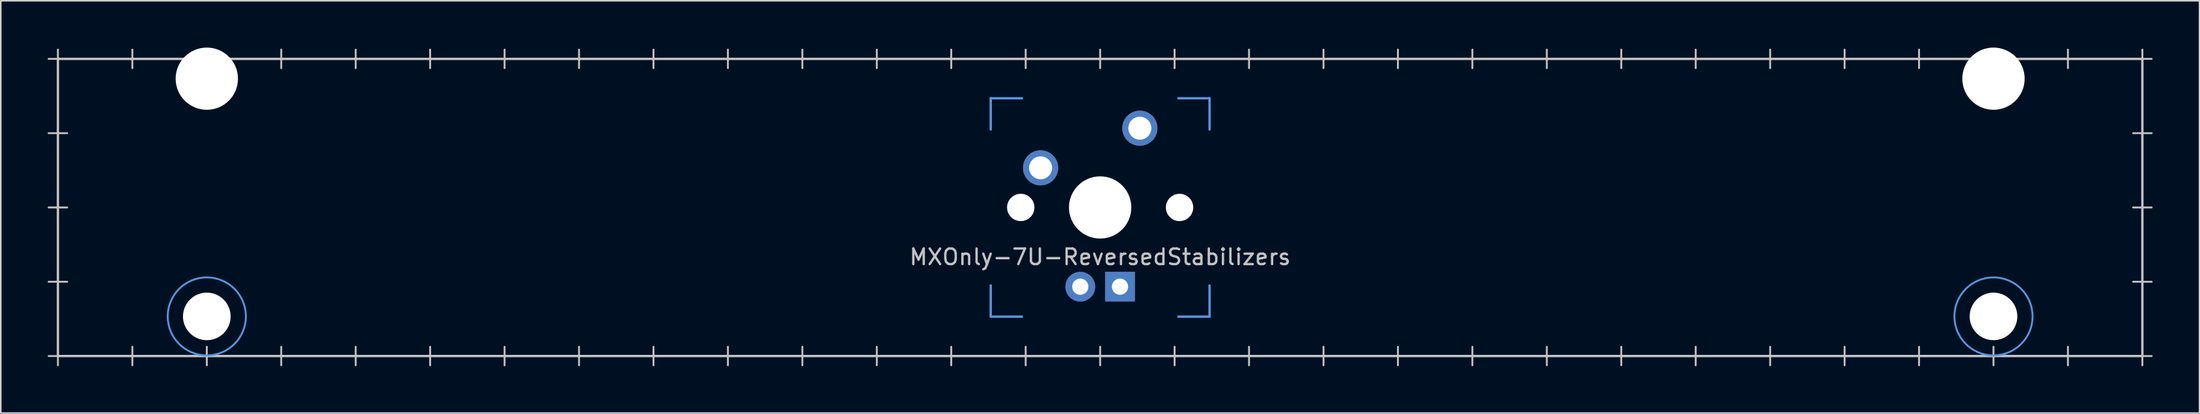
<source format=kicad_pcb>
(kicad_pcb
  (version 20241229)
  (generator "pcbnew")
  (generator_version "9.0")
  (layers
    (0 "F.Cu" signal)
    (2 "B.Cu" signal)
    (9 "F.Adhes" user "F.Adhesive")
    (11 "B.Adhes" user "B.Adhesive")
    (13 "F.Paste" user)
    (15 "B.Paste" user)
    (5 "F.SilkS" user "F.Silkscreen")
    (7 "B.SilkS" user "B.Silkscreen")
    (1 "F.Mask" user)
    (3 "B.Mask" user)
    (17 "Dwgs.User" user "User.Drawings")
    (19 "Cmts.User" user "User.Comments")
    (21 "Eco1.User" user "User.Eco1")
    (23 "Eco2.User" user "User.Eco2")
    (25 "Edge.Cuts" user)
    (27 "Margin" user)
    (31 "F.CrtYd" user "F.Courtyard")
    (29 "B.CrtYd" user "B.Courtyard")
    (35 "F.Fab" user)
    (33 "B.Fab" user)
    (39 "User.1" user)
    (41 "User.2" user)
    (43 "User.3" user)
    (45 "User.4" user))
  (footprint "MXOnly-7U-ReversedStabilizers"
    (layer "F.Cu")
    (at 67.33 10.249)
    (property "Reference" "MXOnly-7U-ReversedStabilizers" (at 0 3.175 0) (layer "Dwgs.User") (effects (font (size 1 1) (thickness 0.15))))
    (attr through_hole)
    (fp_line (start -67.27 -9.525) (end -66.675 -9.525) (stroke (width 0.12) (type solid)) (layer "Dwgs.User"))
    (fp_line (start -67.27 -0.000008) (end -66.08 -0.000008) (stroke (width 0.12) (type solid)) (layer "Dwgs.User"))
    (fp_line (start -67.27 4.762) (end -66.08 4.762) (stroke (width 0.12) (type solid)) (layer "Dwgs.User"))
    (fp_line (start -67.27 9.525) (end -66.675 9.525) (stroke (width 0.12) (type solid)) (layer "Dwgs.User"))
    (fp_line (start -66.675 10.12) (end -66.675 9.525) (stroke (width 0.12) (type solid)) (layer "Dwgs.User"))
    (fp_line (start -66.675 -10.12) (end -66.675 -9.525) (stroke (width 0.12) (type solid)) (layer "Dwgs.User"))
    (fp_line (start -66.675 -9.525) (end 66.675 -9.525) (stroke (width 0.15) (type solid)) (layer "Dwgs.User"))
    (fp_line (start -66.675 9.525) (end -66.675 -9.525) (stroke (width 0.15) (type solid)) (layer "Dwgs.User"))
    (fp_line (start -66.675 9.525) (end 66.675 9.525) (stroke (width 0.15) (type solid)) (layer "Dwgs.User"))
    (fp_line (start -66.08 -4.763) (end -67.27 -4.763) (stroke (width 0.12) (type solid)) (layer "Dwgs.User"))
    (fp_line (start -61.913 8.93) (end -61.913 10.12) (stroke (width 0.12) (type solid)) (layer "Dwgs.User"))
    (fp_line (start -61.913 -10.12) (end -61.913 -8.93) (stroke (width 0.12) (type solid)) (layer "Dwgs.User"))
    (fp_line (start -57.15 8.93) (end -57.15 10.12) (stroke (width 0.12) (type solid)) (layer "Dwgs.User"))
    (fp_line (start -57.15 -10.12) (end -57.15 -8.93) (stroke (width 0.12) (type solid)) (layer "Dwgs.User"))
    (fp_line (start -52.388 10.12) (end -52.388 8.93) (stroke (width 0.12) (type solid)) (layer "Dwgs.User"))
    (fp_line (start -52.388 -8.93) (end -52.388 -10.12) (stroke (width 0.12) (type solid)) (layer "Dwgs.User"))
    (fp_line (start -47.625 8.93) (end -47.625 10.12) (stroke (width 0.12) (type solid)) (layer "Dwgs.User"))
    (fp_line (start -47.625 -10.12) (end -47.625 -8.93) (stroke (width 0.12) (type solid)) (layer "Dwgs.User"))
    (fp_line (start -42.863 10.12) (end -42.863 8.93) (stroke (width 0.12) (type solid)) (layer "Dwgs.User"))
    (fp_line (start -42.863 -8.93) (end -42.863 -10.12) (stroke (width 0.12) (type solid)) (layer "Dwgs.User"))
    (fp_line (start -38.1 8.93) (end -38.1 10.12) (stroke (width 0.12) (type solid)) (layer "Dwgs.User"))
    (fp_line (start -38.1 -10.12) (end -38.1 -8.93) (stroke (width 0.12) (type solid)) (layer "Dwgs.User"))
    (fp_line (start -33.338 10.12) (end -33.338 8.93) (stroke (width 0.12) (type solid)) (layer "Dwgs.User"))
    (fp_line (start -33.338 -8.93) (end -33.338 -10.12) (stroke (width 0.12) (type solid)) (layer "Dwgs.User"))
    (fp_line (start -28.575 8.93) (end -28.575 10.12) (stroke (width 0.12) (type solid)) (layer "Dwgs.User"))
    (fp_line (start -28.575 -10.12) (end -28.575 -8.93) (stroke (width 0.12) (type solid)) (layer "Dwgs.User"))
    (fp_line (start -23.813 10.12) (end -23.813 8.93) (stroke (width 0.12) (type solid)) (layer "Dwgs.User"))
    (fp_line (start -23.813 -8.93) (end -23.813 -10.12) (stroke (width 0.12) (type solid)) (layer "Dwgs.User"))
    (fp_line (start -19.05 8.93) (end -19.05 10.12) (stroke (width 0.12) (type solid)) (layer "Dwgs.User"))
    (fp_line (start -19.05 -10.12) (end -19.05 -8.93) (stroke (width 0.12) (type solid)) (layer "Dwgs.User"))
    (fp_line (start -14.288 10.12) (end -14.288 8.93) (stroke (width 0.12) (type solid)) (layer "Dwgs.User"))
    (fp_line (start -14.288 -8.93) (end -14.288 -10.12) (stroke (width 0.12) (type solid)) (layer "Dwgs.User"))
    (fp_line (start -9.525 -8.93) (end -9.525 -10.12) (stroke (width 0.12) (type solid)) (layer "Dwgs.User"))
    (fp_line (start -9.525 10.12) (end -9.525 8.93) (stroke (width 0.12) (type solid)) (layer "Dwgs.User"))
    (fp_line (start -4.763 -10.12) (end -4.763 -8.93) (stroke (width 0.12) (type solid)) (layer "Dwgs.User"))
    (fp_line (start -4.763 8.93) (end -4.763 10.12) (stroke (width 0.12) (type solid)) (layer "Dwgs.User"))
    (fp_line (start 0 -8.93) (end 0 -10.12) (stroke (width 0.12) (type solid)) (layer "Dwgs.User"))
    (fp_line (start 0 10.12) (end 0 8.93) (stroke (width 0.12) (type solid)) (layer "Dwgs.User"))
    (fp_line (start 4.763 -10.12) (end 4.763 -8.93) (stroke (width 0.12) (type solid)) (layer "Dwgs.User"))
    (fp_line (start 4.763 8.93) (end 4.763 10.12) (stroke (width 0.12) (type solid)) (layer "Dwgs.User"))
    (fp_line (start 9.525 -8.93) (end 9.525 -10.12) (stroke (width 0.12) (type solid)) (layer "Dwgs.User"))
    (fp_line (start 9.525 10.12) (end 9.525 8.93) (stroke (width 0.12) (type solid)) (layer "Dwgs.User"))
    (fp_line (start 14.288 -10.12) (end 14.288 -8.93) (stroke (width 0.12) (type solid)) (layer "Dwgs.User"))
    (fp_line (start 14.288 8.93) (end 14.288 10.12) (stroke (width 0.12) (type solid)) (layer "Dwgs.User"))
    (fp_line (start 19.05 -8.93) (end 19.05 -10.12) (stroke (width 0.12) (type solid)) (layer "Dwgs.User"))
    (fp_line (start 19.05 10.12) (end 19.05 8.93) (stroke (width 0.12) (type solid)) (layer "Dwgs.User"))
    (fp_line (start 23.813 -10.12) (end 23.813 -8.93) (stroke (width 0.12) (type solid)) (layer "Dwgs.User"))
    (fp_line (start 23.813 8.93) (end 23.813 10.12) (stroke (width 0.12) (type solid)) (layer "Dwgs.User"))
    (fp_line (start 28.575 -8.93) (end 28.575 -10.12) (stroke (width 0.12) (type solid)) (layer "Dwgs.User"))
    (fp_line (start 28.575 10.12) (end 28.575 8.93) (stroke (width 0.12) (type solid)) (layer "Dwgs.User"))
    (fp_line (start 33.338 -10.12) (end 33.338 -8.93) (stroke (width 0.12) (type solid)) (layer "Dwgs.User"))
    (fp_line (start 33.338 8.93) (end 33.338 10.12) (stroke (width 0.12) (type solid)) (layer "Dwgs.User"))
    (fp_line (start 38.1 -8.93) (end 38.1 -10.12) (stroke (width 0.12) (type solid)) (layer "Dwgs.User"))
    (fp_line (start 38.1 10.12) (end 38.1 8.93) (stroke (width 0.12) (type solid)) (layer "Dwgs.User"))
    (fp_line (start 42.863 -10.12) (end 42.863 -8.93) (stroke (width 0.12) (type solid)) (layer "Dwgs.User"))
    (fp_line (start 42.863 8.93) (end 42.863 10.12) (stroke (width 0.12) (type solid)) (layer "Dwgs.User"))
    (fp_line (start 47.625 -8.93) (end 47.625 -10.12) (stroke (width 0.12) (type solid)) (layer "Dwgs.User"))
    (fp_line (start 47.625 10.12) (end 47.625 8.93) (stroke (width 0.12) (type solid)) (layer "Dwgs.User"))
    (fp_line (start 52.388 -10.12) (end 52.388 -8.93) (stroke (width 0.12) (type solid)) (layer "Dwgs.User"))
    (fp_line (start 52.388 8.93) (end 52.388 10.12) (stroke (width 0.12) (type solid)) (layer "Dwgs.User"))
    (fp_line (start 57.15 -8.93) (end 57.15 -10.12) (stroke (width 0.12) (type solid)) (layer "Dwgs.User"))
    (fp_line (start 57.15 10.12) (end 57.15 8.93) (stroke (width 0.12) (type solid)) (layer "Dwgs.User"))
    (fp_line (start 61.913 -10.12) (end 61.913 -8.93) (stroke (width 0.12) (type solid)) (layer "Dwgs.User"))
    (fp_line (start 61.913 8.93) (end 61.913 10.12) (stroke (width 0.12) (type solid)) (layer "Dwgs.User"))
    (fp_line (start 66.08 4.763) (end 67.27 4.763) (stroke (width 0.12) (type solid)) (layer "Dwgs.User"))
    (fp_line (start 66.675 -9.525) (end 66.675 9.525) (stroke (width 0.15) (type solid)) (layer "Dwgs.User"))
    (fp_line (start 66.675 10.12) (end 66.675 9.525) (stroke (width 0.12) (type solid)) (layer "Dwgs.User"))
    (fp_line (start 66.675 -10.12) (end 66.675 -9.525) (stroke (width 0.12) (type solid)) (layer "Dwgs.User"))
    (fp_line (start 67.27 -9.525) (end 66.675 -9.525) (stroke (width 0.12) (type solid)) (layer "Dwgs.User"))
    (fp_line (start 67.27 -4.763) (end 66.08 -4.763) (stroke (width 0.12) (type solid)) (layer "Dwgs.User"))
    (fp_line (start 67.27 0) (end 66.08 0) (stroke (width 0.12) (type solid)) (layer "Dwgs.User"))
    (fp_line (start 67.27 9.525) (end 66.675 9.525) (stroke (width 0.12) (type solid)) (layer "Dwgs.User"))
    (fp_line (start -7 -7) (end -7 -5) (stroke (width 0.15) (type solid)) (layer "Cmts.User"))
    (fp_line (start -7 7) (end -7 5) (stroke (width 0.15) (type solid)) (layer "Cmts.User"))
    (fp_line (start -5 -7) (end -7 -7) (stroke (width 0.15) (type solid)) (layer "Cmts.User"))
    (fp_line (start -5 7) (end -7 7) (stroke (width 0.15) (type solid)) (layer "Cmts.User"))
    (fp_line (start 5 -7) (end 7 -7) (stroke (width 0.15) (type solid)) (layer "Cmts.User"))
    (fp_line (start 7 -7) (end 7 -5) (stroke (width 0.15) (type solid)) (layer "Cmts.User"))
    (fp_line (start 7 5) (end 7 7) (stroke (width 0.15) (type solid)) (layer "Cmts.User"))
    (fp_line (start 7 7) (end 5 7) (stroke (width 0.15) (type solid)) (layer "Cmts.User"))
    (fp_circle (center -57.15 6.985) (end -59.65 6.985) (stroke (width 0.12) (type solid)) (fill no) (layer "Cmts.User"))
    (fp_circle (center 57.15 6.985) (end 54.65 6.985) (stroke (width 0.12) (type solid)) (fill no) (layer "Cmts.User"))
    (pad "" np_thru_hole circle (at -57.15 -8.255) (size 3.988 3.988) (drill 3.988) (layers "*.Cu" "*.Mask"))
    (pad "" np_thru_hole circle (at -57.15 6.985) (size 3.048 3.048) (drill 3.048) (layers "*.Cu" "*.Mask"))
    (pad "" np_thru_hole circle (at -5.08 0 48.1) (size 1.75 1.75) (drill 1.75) (layers "*.Cu" "*.Mask"))
    (pad "" np_thru_hole circle (at 0 0) (size 3.988 3.988) (drill 3.988) (layers "*.Cu" "*.Mask"))
    (pad "" np_thru_hole circle (at 5.08 0 48.1) (size 1.75 1.75) (drill 1.75) (layers "*.Cu" "*.Mask"))
    (pad "" np_thru_hole circle (at 57.15 -8.255) (size 3.988 3.988) (drill 3.988) (layers "*.Cu" "*.Mask"))
    (pad "" np_thru_hole circle (at 57.15 6.985) (size 3.048 3.048) (drill 3.048) (layers "*.Cu" "*.Mask"))
    (pad "1" thru_hole circle (at -3.81 -2.54) (size 2.25 2.25) (drill 1.47) (layers "*.Cu" "B.Mask"))
    (pad "2" thru_hole circle (at 2.54 -5.08) (size 2.25 2.25) (drill 1.47) (layers "*.Cu" "B.Mask"))
    (pad "3" thru_hole circle (at -1.27 5.08) (size 1.905 1.905) (drill 1.04) (layers "*.Cu" "B.Mask"))
    (pad "4" thru_hole rect (at 1.27 5.08) (size 1.905 1.905) (drill 1.04) (layers "*.Cu" "B.Mask")))
  (gr_rect
    (start -3 -3)
    (end 137.661 23.429)
    (stroke (width 0.1) (type default))
    (fill no)
    (layer "Edge.Cuts")))
</source>
